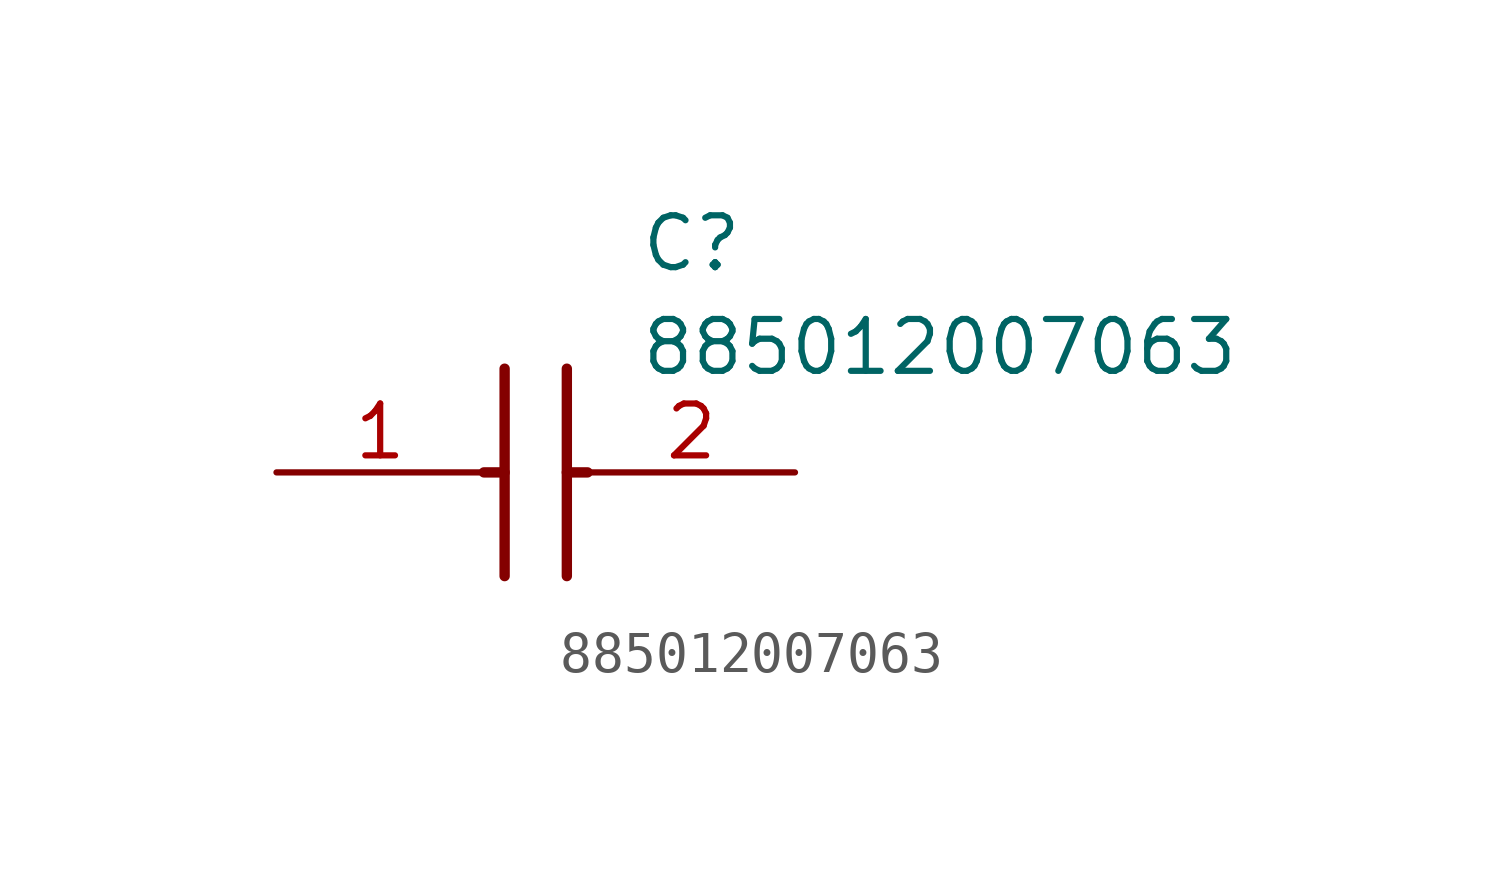
<source format=kicad_sym>
(kicad_symbol_lib
  (version 20211014)
  (generator SamacSys_ECAD_Model)
  (symbol "885012007063"
    (pin_names hide)
    (property "Reference" "C"
      (at 8.89 6.35 0)
      (effects (font (size 1.27 1.27)) (justify left top)))
    (property "Value" "885012007063"
      (at 8.89 3.81 0)
      (effects (font (size 1.27 1.27)) (justify left top)))
    (polyline
      (pts (xy 5.588 2.54) (xy 5.588 -2.54))
      (stroke (width 0.254) (type default))
      (fill (type none)))
    (polyline
      (pts (xy 7.112 2.54) (xy 7.112 -2.54))
      (stroke (width 0.254) (type default))
      (fill (type none)))
    (polyline
      (pts (xy 5.08 0) (xy 5.588 0))
      (stroke (width 0.254) (type default))
      (fill (type none)))
    (polyline
      (pts (xy 7.112 0) (xy 7.62 0))
      (stroke (width 0.254) (type default))
      (fill (type none)))
    (pin passive line
      (at 0 0 0)
      (length 5.08)
      (name "1" (effects (font (size 1.27 1.27))))
      (number "1" (effects (font (size 1.27 1.27)))))
    (pin passive line
      (at 12.7 0 180)
      (length 5.08)
      (name "2" (effects (font (size 1.27 1.27))))
      (number "2" (effects (font (size 1.27 1.27)))))))
</source>
